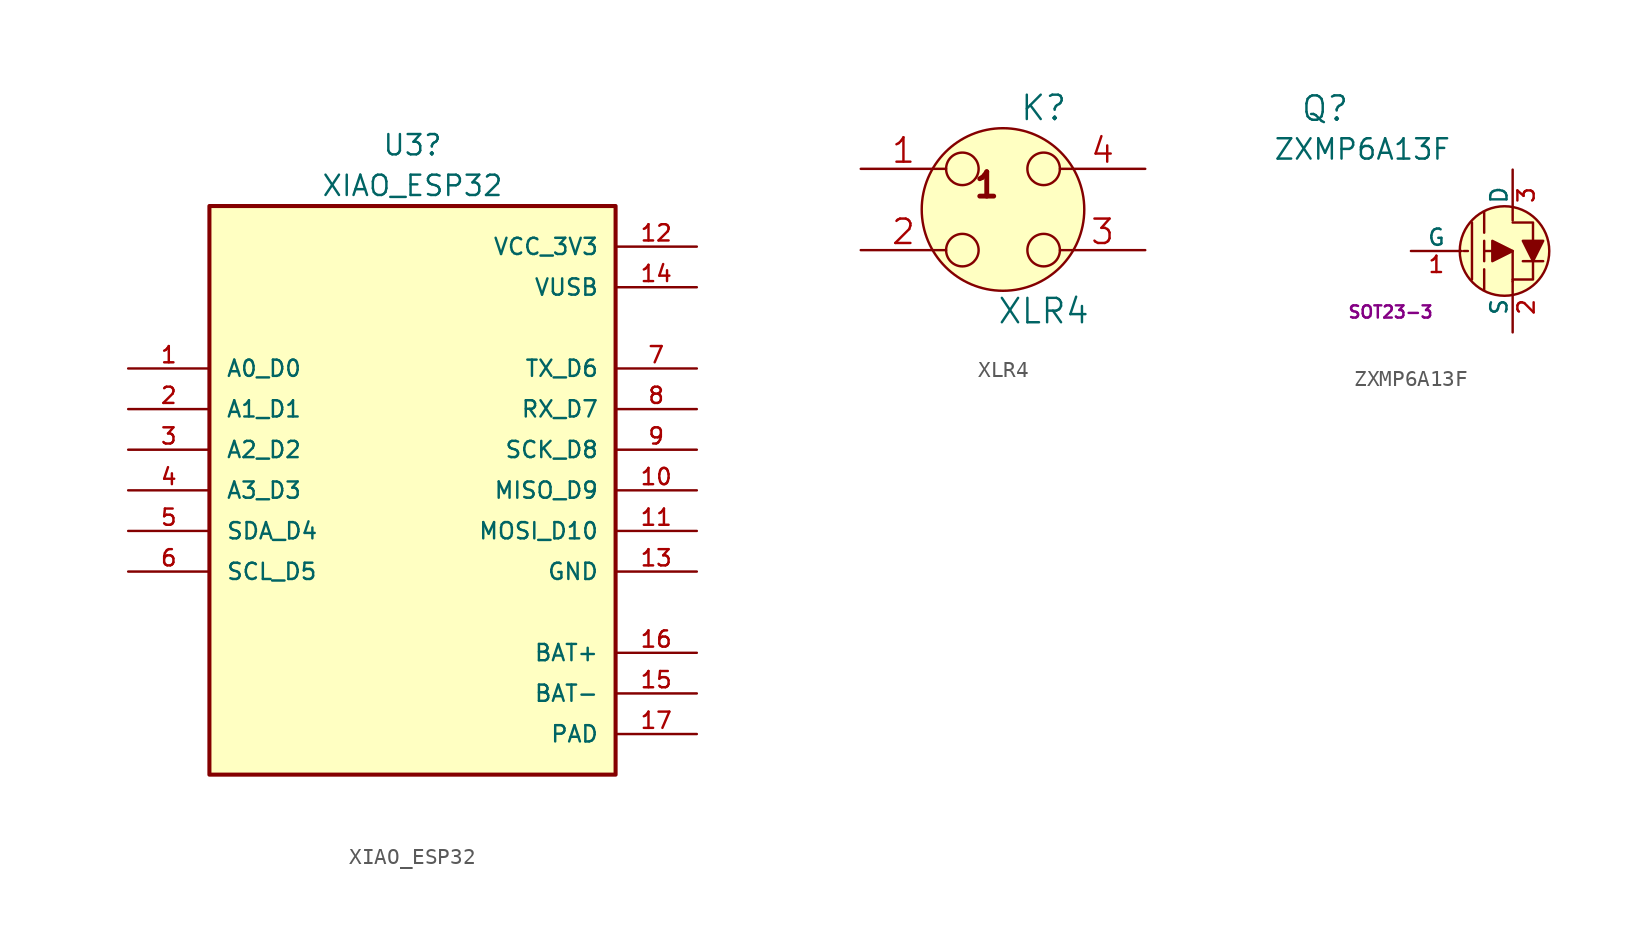
<source format=kicad_sym>
(kicad_symbol_lib
  (version 20220914)
  (generator kicad_symbol_editor)
  (symbol "XIAO_ESP32"
    (pin_names
      (offset 1.016))
    (property "Reference" "U3"
      (at 0 21.59 0)
      (effects (font (size 1.27 1.27))))
    (property "Value" "XIAO_ESP32"
      (at 0 19.05 0)
      (effects (font (size 1.27 1.27))))
    (symbol "XIAO_ESP32_0_0"
      (rectangle (start -12.7 17.78) (end 12.7 -17.78) (stroke (width 0.254) (type default)) (fill (type background)))
      (pin power_in line (at 17.78 15.24 180) (length 5.08) (name "VCC_3V3" (effects (font (size 1.016 1.016)))) (number "12" (effects (font (size 1.016 1.016)))))
      (pin power_in line (at 17.78 -5.08 180) (length 5.08) (name "GND" (effects (font (size 1.016 1.016)))) (number "13" (effects (font (size 1.016 1.016)))))
      (pin power_in line (at 17.78 12.7 180) (length 5.08) (name "VUSB" (effects (font (size 1.016 1.016)))) (number "14" (effects (font (size 1.016 1.016)))))
      (pin bidirectional line (at 17.78 7.62 180) (length 5.08) (name "TX_D6" (effects (font (size 1.016 1.016)))) (number "7" (effects (font (size 1.016 1.016)))))
      (pin bidirectional line (at 17.78 5.08 180) (length 5.08) (name "RX_D7" (effects (font (size 1.016 1.016)))) (number "8" (effects (font (size 1.016 1.016))))))
    (symbol "XIAO_ESP32_1_0"
      (pin bidirectional line (at -17.78 7.62 0) (length 5.08) (name "A0_D0" (effects (font (size 1.016 1.016)))) (number "1" (effects (font (size 1.016 1.016)))))
      (pin bidirectional line (at 17.78 0 180) (length 5.08) (name "MISO_D9" (effects (font (size 1.016 1.016)))) (number "10" (effects (font (size 1.016 1.016)))))
      (pin bidirectional line (at 17.78 -2.54 180) (length 5.08) (name "MOSI_D10" (effects (font (size 1.016 1.016)))) (number "11" (effects (font (size 1.016 1.016)))))
      (pin power_in line (at 17.78 -12.7 180) (length 5.08) (name "BAT-" (effects (font (size 1.016 1.016)))) (number "15" (effects (font (size 1.016 1.016)))))
      (pin power_in line (at 17.78 -10.16 180) (length 5.08) (name "BAT+" (effects (font (size 1.016 1.016)))) (number "16" (effects (font (size 1.016 1.016)))))
      (pin power_in line (at 17.78 -15.24 180) (length 5.08) (name "PAD" (effects (font (size 1.016 1.016)))) (number "17" (effects (font (size 1.016 1.016)))))
      (pin bidirectional line (at -17.78 5.08 0) (length 5.08) (name "A1_D1" (effects (font (size 1.016 1.016)))) (number "2" (effects (font (size 1.016 1.016)))))
      (pin bidirectional line (at -17.78 2.54 0) (length 5.08) (name "A2_D2" (effects (font (size 1.016 1.016)))) (number "3" (effects (font (size 1.016 1.016)))))
      (pin bidirectional line (at -17.78 0 0) (length 5.08) (name "A3_D3" (effects (font (size 1.016 1.016)))) (number "4" (effects (font (size 1.016 1.016)))))
      (pin bidirectional line (at -17.78 -2.54 0) (length 5.08) (name "SDA_D4" (effects (font (size 1.016 1.016)))) (number "5" (effects (font (size 1.016 1.016)))))
      (pin bidirectional line (at -17.78 -5.08 0) (length 5.08) (name "SCL_D5" (effects (font (size 1.016 1.016)))) (number "6" (effects (font (size 1.016 1.016)))))
      (pin bidirectional line (at 17.78 2.54 180) (length 5.08) (name "SCK_D8" (effects (font (size 1.016 1.016)))) (number "9" (effects (font (size 1.016 1.016)))))))
  (symbol "XLR4"
    (pin_names
      (offset 0.762) hide)
    (property "Reference" "K"
      (at 2.54 6.35 0)
      (effects (font (size 1.524 1.524))))
    (property "Value" "XLR4"
      (at 2.54 -6.35 0)
      (effects (font (size 1.524 1.524))))
    (property "Footprint" ""
      (at 0 0 0)
      (effects (font (size 1.524 1.524))))
    (property "Datasheet" ""
      (at 0 0 0)
      (effects (font (size 1.524 1.524))))
    (symbol "XLR4_0_1"
      (circle (center -2.54 -2.54) (radius 1.016) (stroke (width 0) (type default)) (fill (type none)))
      (circle (center -2.54 2.54) (radius 1.016) (stroke (width 0) (type default)) (fill (type none)))
      (circle (center 0 0) (radius 5.08) (stroke (width 0) (type default)) (fill (type background)))
      (circle (center 2.54 -2.54) (radius 1.016) (stroke (width 0) (type default)) (fill (type none)))
      (circle (center 2.54 2.54) (radius 1.016) (stroke (width 0) (type default)) (fill (type none)))
      (text "1" (at -1.016 1.524 0) (effects (font (size 1.524 1.524) bold))))
    (symbol "XLR4_1_1"
      (pin passive line (at -8.89 2.54 0) (length 5.334) (name "~" (effects (font (size 1.524 1.524)))) (number "1" (effects (font (size 1.524 1.524)))))
      (pin passive line (at -8.89 -2.54 0) (length 5.334) (name "~" (effects (font (size 1.524 1.524)))) (number "2" (effects (font (size 1.524 1.524)))))
      (pin passive line (at 8.89 -2.54 180) (length 5.334) (name "~" (effects (font (size 1.524 1.524)))) (number "3" (effects (font (size 1.524 1.524)))))
      (pin passive line (at 8.89 2.54 180) (length 5.334) (name "~" (effects (font (size 1.524 1.524)))) (number "4" (effects (font (size 1.524 1.524)))))))
  (symbol "ZXMP6A13F"
    (pin_names
      (offset 0))
    (property "Reference" "Q"
      (at -7.62 8.89 0)
      (effects (font (size 1.524 1.524)) (justify right)))
    (property "Value" "ZXMP6A13F"
      (at -1.27 6.35 0)
      (effects (font (size 1.27 1.27)) (justify right)))
    (property "Footprint" "SOT23-3"
      (at -5.08 -3.81 0)
      (effects (font (size 0.762 0.762))))
    (property "Datasheet" ""
      (at 0.508 0 0)
      (effects (font (size 1.524 1.524))))
    (symbol "ZXMP6A13F_0_1"
      (polyline (pts (xy -0.508 0) (xy -0.254 0)) (stroke (width 0) (type default)) (fill (type none)))
      (polyline (pts (xy 0 1.778) (xy 0 -1.778)) (stroke (width 0) (type default)) (fill (type none)))
      (polyline (pts (xy 0.762 -1.143) (xy 0.762 -2.413)) (stroke (width 0) (type default)) (fill (type none)))
      (polyline (pts (xy 0.762 0) (xy 1.27 0)) (stroke (width 0) (type default)) (fill (type none)))
      (polyline (pts (xy 0.762 0.635) (xy 0.762 -0.635)) (stroke (width 0) (type default)) (fill (type none)))
      (polyline (pts (xy 0.762 2.413) (xy 0.762 1.143)) (stroke (width 0) (type default)) (fill (type none)))
      (polyline (pts (xy 4.445 -0.635) (xy 3.175 -0.635)) (stroke (width 0) (type default)) (fill (type none)))
      (polyline (pts (xy 1.27 0) (xy 2.54 0) (xy 2.54 -1.905)) (stroke (width 0) (type default)) (fill (type none)))
      (polyline (pts (xy 3.81 -0.508) (xy 3.81 -1.778) (xy 2.54 -1.778)) (stroke (width 0) (type default)) (fill (type none)))
      (polyline (pts (xy 3.81 0.508) (xy 3.81 1.778) (xy 2.54 1.778)) (stroke (width 0) (type default)) (fill (type none)))
      (polyline (pts (xy 2.54 0) (xy 1.27 0.635) (xy 1.27 -0.635) (xy 2.54 0)) (stroke (width 0) (type default)) (fill (type outline)))
      (polyline (pts (xy 3.81 -0.635) (xy 4.445 0.635) (xy 3.175 0.635) (xy 3.81 -0.635)) (stroke (width 0) (type default)) (fill (type outline)))
      (circle (center 2.032 0) (radius 2.794) (stroke (width 0) (type default)) (fill (type background))))
    (symbol "ZXMP6A13F_1_1"
      (pin input line (at -3.81 0 0) (length 3.175) (name "G" (effects (font (size 1.016 1.016)))) (number "1" (effects (font (size 1.016 1.016)))))
      (pin passive line (at 2.54 -5.08 90) (length 3.175) (name "S" (effects (font (size 1.016 1.016)))) (number "2" (effects (font (size 1.016 1.016)))))
      (pin passive line (at 2.54 5.08 270) (length 3.175) (name "D" (effects (font (size 1.016 1.016)))) (number "3" (effects (font (size 1.016 1.016))))))))
</source>
